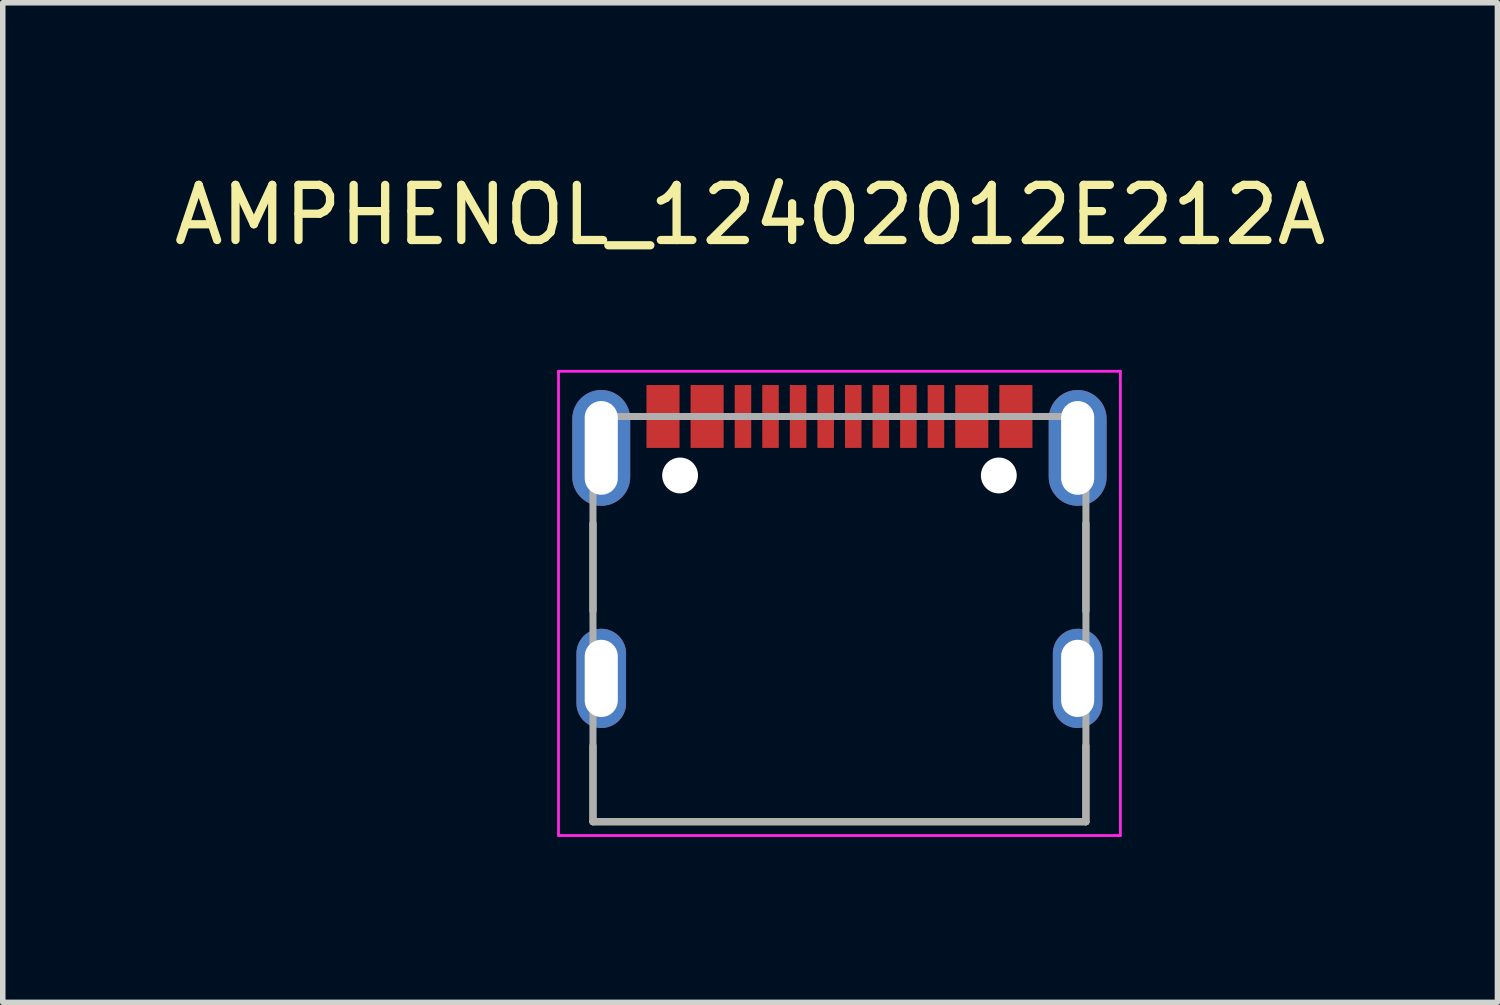
<source format=kicad_pcb>
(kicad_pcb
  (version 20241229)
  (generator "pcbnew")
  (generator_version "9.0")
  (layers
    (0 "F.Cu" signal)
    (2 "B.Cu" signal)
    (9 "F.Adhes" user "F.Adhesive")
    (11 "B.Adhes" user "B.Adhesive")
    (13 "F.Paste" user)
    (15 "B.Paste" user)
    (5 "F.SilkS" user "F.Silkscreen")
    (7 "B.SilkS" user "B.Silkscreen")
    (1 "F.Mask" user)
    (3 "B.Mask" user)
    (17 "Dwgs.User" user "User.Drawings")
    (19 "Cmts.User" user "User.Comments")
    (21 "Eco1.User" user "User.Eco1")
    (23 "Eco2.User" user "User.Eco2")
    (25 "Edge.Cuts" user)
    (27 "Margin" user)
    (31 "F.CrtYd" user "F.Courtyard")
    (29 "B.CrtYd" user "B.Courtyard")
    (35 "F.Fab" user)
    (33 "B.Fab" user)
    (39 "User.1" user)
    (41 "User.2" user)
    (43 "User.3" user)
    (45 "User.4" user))
  (footprint "AMPHENOL_12402012E212A"
    (layer "F.Cu")
    (at 12.174 9.253)
    (property "Reference" "AMPHENOL_12402012E212A" (at -1.62 -8.405 0) (layer "F.SilkS") (effects (font (size 1 1) (thickness 0.15))))
    (attr smd)
    (fp_line (start -4.47 -2.81) (end -4.47 -1.22) (stroke (width 0.127) (type solid)) (layer "F.SilkS"))
    (fp_line (start -4.47 2.6) (end -4.47 1.22) (stroke (width 0.127) (type solid)) (layer "F.SilkS"))
    (fp_line (start 4.47 -2.81) (end 4.47 -1.22) (stroke (width 0.127) (type solid)) (layer "F.SilkS"))
    (fp_line (start 4.47 2.6) (end -4.47 2.6) (stroke (width 0.127) (type solid)) (layer "F.SilkS"))
    (fp_line (start 4.47 2.6) (end 4.47 1.22) (stroke (width 0.127) (type solid)) (layer "F.SilkS"))
    (fp_line (start -5.095 -5.57) (end -5.095 2.85) (stroke (width 0.05) (type solid)) (layer "F.CrtYd"))
    (fp_line (start -5.095 2.85) (end 5.095 2.85) (stroke (width 0.05) (type solid)) (layer "F.CrtYd"))
    (fp_line (start 5.095 -5.57) (end -5.095 -5.57) (stroke (width 0.05) (type solid)) (layer "F.CrtYd"))
    (fp_line (start 5.095 2.85) (end 5.095 -5.57) (stroke (width 0.05) (type solid)) (layer "F.CrtYd"))
    (fp_line (start -4.47 -4.75) (end 4.47 -4.75) (stroke (width 0.127) (type solid)) (layer "F.Fab"))
    (fp_line (start -4.47 2.6) (end -4.47 -4.75) (stroke (width 0.127) (type solid)) (layer "F.Fab"))
    (fp_line (start 4.47 -4.75) (end 4.47 2.6) (stroke (width 0.127) (type solid)) (layer "F.Fab"))
    (fp_line (start 4.47 2.6) (end -4.47 2.6) (stroke (width 0.127) (type solid)) (layer "F.Fab"))
    (pad "" np_thru_hole circle (at -2.89 -3.68) (size 0.65 0.65) (drill 0.65) (layers "*.Cu" "*.Mask"))
    (pad "" np_thru_hole circle (at 2.89 -3.68) (size 0.65 0.65) (drill 0.65) (layers "*.Cu" "*.Mask"))
    (pad "A1_B12" smd rect (at -3.2 -4.75) (size 0.6 1.14) (layers "F.Cu" "F.Mask" "F.Paste"))
    (pad "A4_B9" smd rect (at -2.4 -4.75) (size 0.6 1.14) (layers "F.Cu" "F.Mask" "F.Paste"))
    (pad "A5" smd rect (at -1.25 -4.75) (size 0.3 1.14) (layers "F.Cu" "F.Mask" "F.Paste"))
    (pad "A6" smd rect (at -0.25 -4.75) (size 0.3 1.14) (layers "F.Cu" "F.Mask" "F.Paste"))
    (pad "A7" smd rect (at 0.25 -4.75) (size 0.3 1.14) (layers "F.Cu" "F.Mask" "F.Paste"))
    (pad "A8" smd rect (at 1.25 -4.75) (size 0.3 1.14) (layers "F.Cu" "F.Mask" "F.Paste"))
    (pad "B1_A12" smd rect (at 3.2 -4.75) (size 0.6 1.14) (layers "F.Cu" "F.Mask" "F.Paste"))
    (pad "B4_A9" smd rect (at 2.4 -4.75) (size 0.6 1.14) (layers "F.Cu" "F.Mask" "F.Paste"))
    (pad "B5" smd rect (at 1.75 -4.75) (size 0.3 1.14) (layers "F.Cu" "F.Mask" "F.Paste"))
    (pad "B6" smd rect (at 0.75 -4.75) (size 0.3 1.14) (layers "F.Cu" "F.Mask" "F.Paste"))
    (pad "B7" smd rect (at -0.75 -4.75) (size 0.3 1.14) (layers "F.Cu" "F.Mask" "F.Paste"))
    (pad "B8" smd rect (at -1.75 -4.75) (size 0.3 1.14) (layers "F.Cu" "F.Mask" "F.Paste"))
    (pad "SH1" thru_hole oval (at -4.32 -4.18) (size 1.05 2.1) (drill oval 0.6 1.7) (layers "*.Cu" "*.Mask"))
    (pad "SH2" thru_hole oval (at 4.32 -4.18) (size 1.05 2.1) (drill oval 0.6 1.7) (layers "*.Cu" "*.Mask"))
    (pad "SH3" thru_hole oval (at -4.32 0) (size 0.9 1.8) (drill oval 0.6 1.4) (layers "*.Cu" "*.Mask"))
    (pad "SH4" thru_hole oval (at 4.32 0) (size 0.9 1.8) (drill oval 0.6 1.4) (layers "*.Cu" "*.Mask")))
  (gr_rect
    (start -3 -3)
    (end 24.107 15.128)
    (stroke (width 0.1) (type default))
    (fill no)
    (layer "Edge.Cuts")))
</source>
